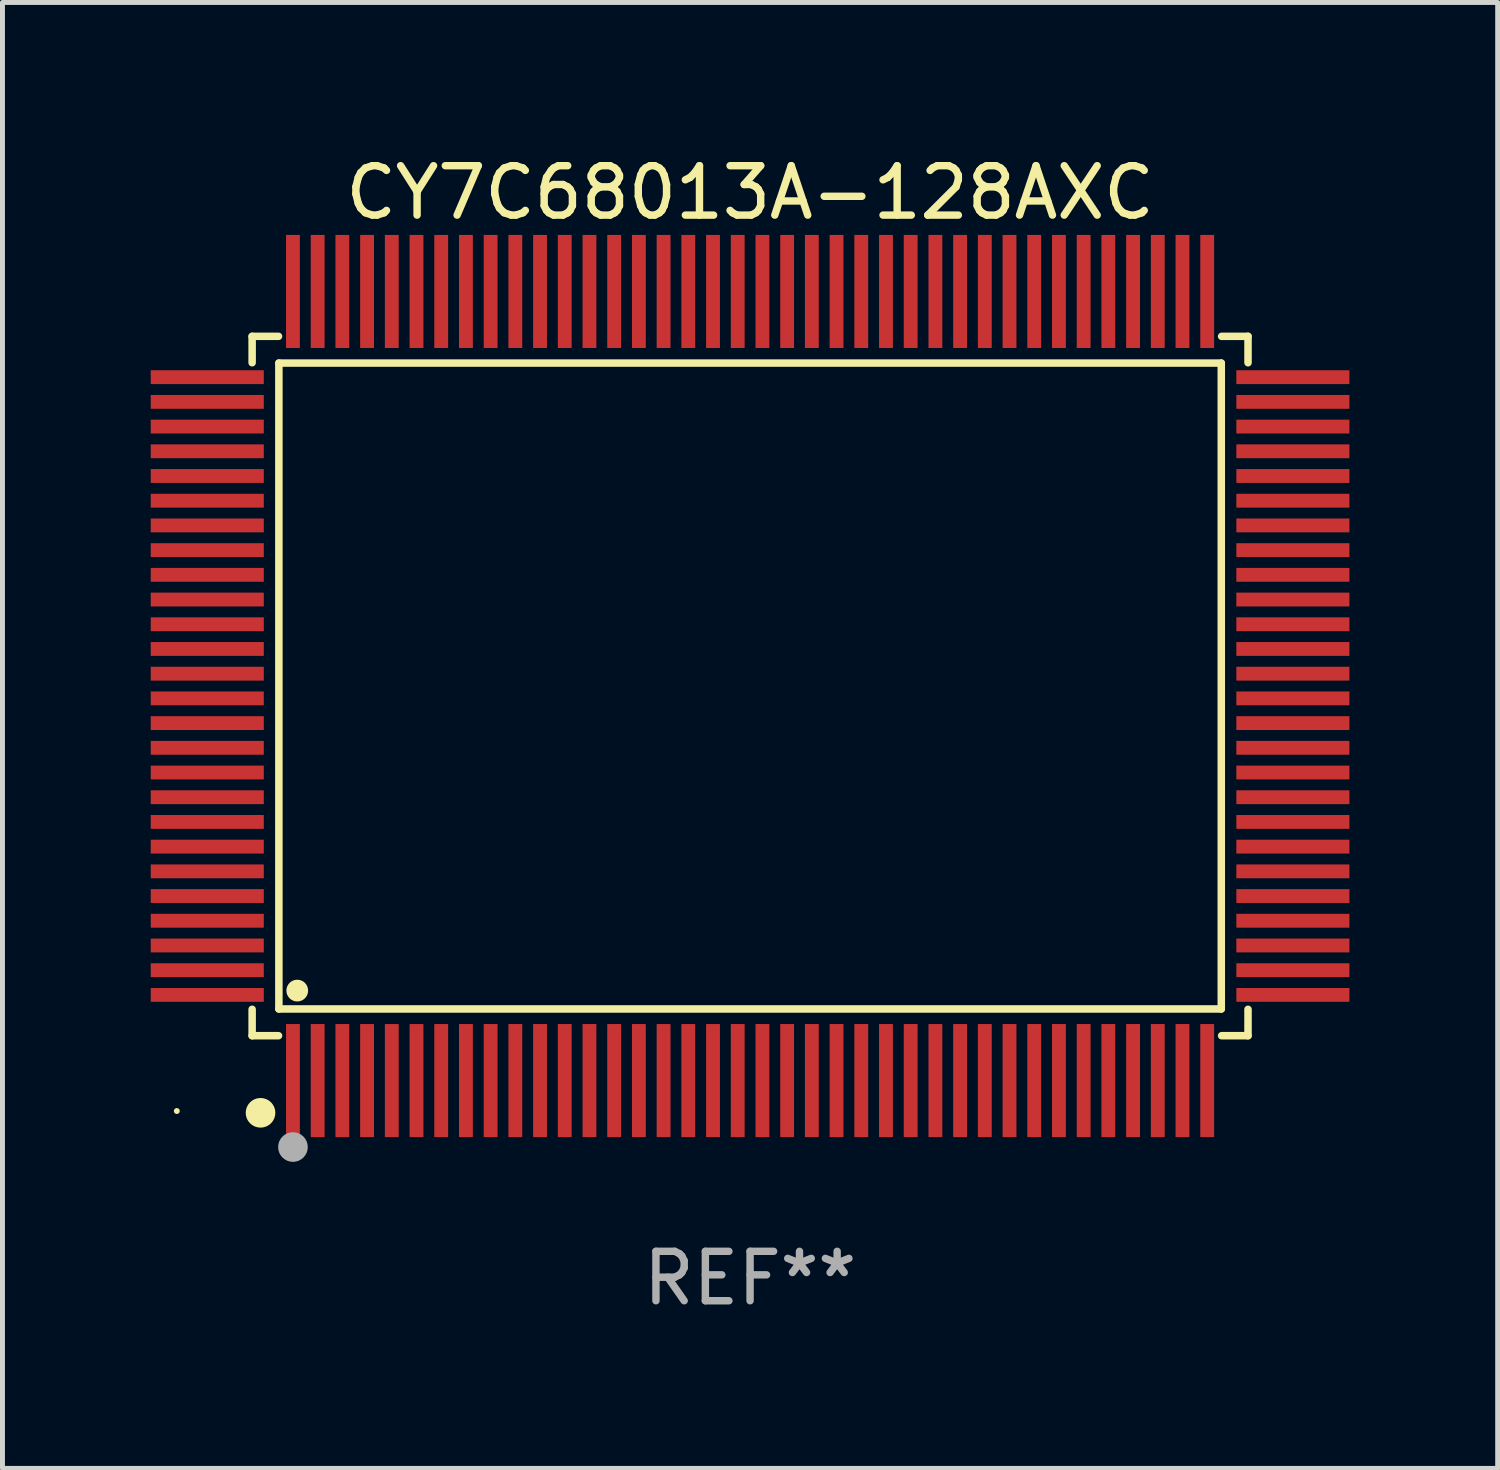
<source format=kicad_pcb>
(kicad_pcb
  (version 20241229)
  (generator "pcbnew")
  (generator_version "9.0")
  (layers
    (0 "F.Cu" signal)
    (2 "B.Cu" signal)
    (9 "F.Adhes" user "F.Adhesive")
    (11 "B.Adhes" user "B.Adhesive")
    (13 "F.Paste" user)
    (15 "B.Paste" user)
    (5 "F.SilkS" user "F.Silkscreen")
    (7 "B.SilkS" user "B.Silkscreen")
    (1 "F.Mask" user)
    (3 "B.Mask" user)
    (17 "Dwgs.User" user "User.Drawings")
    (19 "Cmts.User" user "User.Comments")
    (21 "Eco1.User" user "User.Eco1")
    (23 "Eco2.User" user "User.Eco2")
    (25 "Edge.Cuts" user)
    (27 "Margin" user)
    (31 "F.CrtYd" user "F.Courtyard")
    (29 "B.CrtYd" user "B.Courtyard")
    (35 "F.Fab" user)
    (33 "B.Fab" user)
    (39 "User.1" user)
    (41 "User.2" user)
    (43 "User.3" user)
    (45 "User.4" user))
  (footprint "CY7C68013A-128AXC"
    (layer "F.Cu")
    (at 12.128 10.832)
    (property "Reference" "CY7C68013A-128AXC" (at 0 -9.984 0) (layer "F.SilkS") (effects (font (size 1 1) (thickness 0.15))))
    (attr through_hole)
    (fp_line (start -10.076 -7.076) (end -10.076 -6.542) (stroke (width 0.152) (type solid)) (layer "F.SilkS"))
    (fp_line (start -10.076 7.076) (end -10.076 6.542) (stroke (width 0.152) (type solid)) (layer "F.SilkS"))
    (fp_line (start -9.542 -7.076) (end -10.076 -7.076) (stroke (width 0.152) (type solid)) (layer "F.SilkS"))
    (fp_line (start -9.542 7.076) (end -10.076 7.076) (stroke (width 0.152) (type solid)) (layer "F.SilkS"))
    (fp_line (start -9.535 -6.535) (end 9.535 -6.535) (stroke (width 0.152) (type solid)) (layer "F.SilkS"))
    (fp_line (start -9.535 6.535) (end -9.535 -6.535) (stroke (width 0.152) (type solid)) (layer "F.SilkS"))
    (fp_line (start 9.535 -6.535) (end 9.535 6.535) (stroke (width 0.152) (type solid)) (layer "F.SilkS"))
    (fp_line (start 9.535 6.535) (end -9.535 6.535) (stroke (width 0.152) (type solid)) (layer "F.SilkS"))
    (fp_line (start 9.542 -7.076) (end 10.076 -7.076) (stroke (width 0.152) (type solid)) (layer "F.SilkS"))
    (fp_line (start 9.542 7.076) (end 10.076 7.076) (stroke (width 0.152) (type solid)) (layer "F.SilkS"))
    (fp_line (start 10.076 -7.076) (end 10.076 -6.542) (stroke (width 0.152) (type solid)) (layer "F.SilkS"))
    (fp_line (start 10.076 7.076) (end 10.076 6.542) (stroke (width 0.152) (type solid)) (layer "F.SilkS"))
    (fp_circle (center -11.6 8.6) (end -11.57 8.6) (stroke (width 0.06) (type solid)) (fill no) (layer "F.SilkS"))
    (fp_circle (center -9.906 8.636) (end -9.756 8.636) (stroke (width 0.3) (type solid)) (fill no) (layer "F.SilkS"))
    (fp_circle (center -9.163 6.163) (end -9.053 6.163) (stroke (width 0.22) (type solid)) (fill no) (layer "F.SilkS"))
    (fp_circle (center -9.25 9.329) (end -9.1 9.329) (stroke (width 0.3) (type solid)) (fill no) (layer "F.Fab"))
    (fp_text user "REF**" (at 0 11.984 0) (layer "F.Fab") (effects (font (size 1 1) (thickness 0.15))))
    (pad "1" smd rect (at -9.25 7.984) (size 0.28 2.288) (layers "F.Cu" "F.Mask" "F.Paste"))
    (pad "2" smd rect (at -8.75 7.984) (size 0.28 2.288) (layers "F.Cu" "F.Mask" "F.Paste"))
    (pad "3" smd rect (at -8.25 7.984) (size 0.28 2.288) (layers "F.Cu" "F.Mask" "F.Paste"))
    (pad "4" smd rect (at -7.75 7.984) (size 0.28 2.288) (layers "F.Cu" "F.Mask" "F.Paste"))
    (pad "5" smd rect (at -7.25 7.984) (size 0.28 2.288) (layers "F.Cu" "F.Mask" "F.Paste"))
    (pad "6" smd rect (at -6.75 7.984) (size 0.28 2.288) (layers "F.Cu" "F.Mask" "F.Paste"))
    (pad "7" smd rect (at -6.25 7.984) (size 0.28 2.288) (layers "F.Cu" "F.Mask" "F.Paste"))
    (pad "8" smd rect (at -5.75 7.984) (size 0.28 2.288) (layers "F.Cu" "F.Mask" "F.Paste"))
    (pad "9" smd rect (at -5.25 7.984) (size 0.28 2.288) (layers "F.Cu" "F.Mask" "F.Paste"))
    (pad "10" smd rect (at -4.75 7.984) (size 0.28 2.288) (layers "F.Cu" "F.Mask" "F.Paste"))
    (pad "11" smd rect (at -4.25 7.984) (size 0.28 2.288) (layers "F.Cu" "F.Mask" "F.Paste"))
    (pad "12" smd rect (at -3.75 7.984) (size 0.28 2.288) (layers "F.Cu" "F.Mask" "F.Paste"))
    (pad "13" smd rect (at -3.25 7.984) (size 0.28 2.288) (layers "F.Cu" "F.Mask" "F.Paste"))
    (pad "14" smd rect (at -2.75 7.984) (size 0.28 2.288) (layers "F.Cu" "F.Mask" "F.Paste"))
    (pad "15" smd rect (at -2.25 7.984) (size 0.28 2.288) (layers "F.Cu" "F.Mask" "F.Paste"))
    (pad "16" smd rect (at -1.75 7.984) (size 0.28 2.288) (layers "F.Cu" "F.Mask" "F.Paste"))
    (pad "17" smd rect (at -1.25 7.984) (size 0.28 2.288) (layers "F.Cu" "F.Mask" "F.Paste"))
    (pad "18" smd rect (at -0.75 7.984) (size 0.28 2.288) (layers "F.Cu" "F.Mask" "F.Paste"))
    (pad "19" smd rect (at -0.25 7.984) (size 0.28 2.288) (layers "F.Cu" "F.Mask" "F.Paste"))
    (pad "20" smd rect (at 0.25 7.984) (size 0.28 2.288) (layers "F.Cu" "F.Mask" "F.Paste"))
    (pad "21" smd rect (at 0.75 7.984) (size 0.28 2.288) (layers "F.Cu" "F.Mask" "F.Paste"))
    (pad "22" smd rect (at 1.25 7.984) (size 0.28 2.288) (layers "F.Cu" "F.Mask" "F.Paste"))
    (pad "23" smd rect (at 1.75 7.984) (size 0.28 2.288) (layers "F.Cu" "F.Mask" "F.Paste"))
    (pad "24" smd rect (at 2.25 7.984) (size 0.28 2.288) (layers "F.Cu" "F.Mask" "F.Paste"))
    (pad "25" smd rect (at 2.75 7.984) (size 0.28 2.288) (layers "F.Cu" "F.Mask" "F.Paste"))
    (pad "26" smd rect (at 3.25 7.984) (size 0.28 2.288) (layers "F.Cu" "F.Mask" "F.Paste"))
    (pad "27" smd rect (at 3.75 7.984) (size 0.28 2.288) (layers "F.Cu" "F.Mask" "F.Paste"))
    (pad "28" smd rect (at 4.25 7.984) (size 0.28 2.288) (layers "F.Cu" "F.Mask" "F.Paste"))
    (pad "29" smd rect (at 4.75 7.984) (size 0.28 2.288) (layers "F.Cu" "F.Mask" "F.Paste"))
    (pad "30" smd rect (at 5.25 7.984) (size 0.28 2.288) (layers "F.Cu" "F.Mask" "F.Paste"))
    (pad "31" smd rect (at 5.75 7.984) (size 0.28 2.288) (layers "F.Cu" "F.Mask" "F.Paste"))
    (pad "32" smd rect (at 6.25 7.984) (size 0.28 2.288) (layers "F.Cu" "F.Mask" "F.Paste"))
    (pad "33" smd rect (at 6.75 7.984) (size 0.28 2.288) (layers "F.Cu" "F.Mask" "F.Paste"))
    (pad "34" smd rect (at 7.25 7.984) (size 0.28 2.288) (layers "F.Cu" "F.Mask" "F.Paste"))
    (pad "35" smd rect (at 7.75 7.984) (size 0.28 2.288) (layers "F.Cu" "F.Mask" "F.Paste"))
    (pad "36" smd rect (at 8.25 7.984) (size 0.28 2.288) (layers "F.Cu" "F.Mask" "F.Paste"))
    (pad "37" smd rect (at 8.75 7.984) (size 0.28 2.288) (layers "F.Cu" "F.Mask" "F.Paste"))
    (pad "38" smd rect (at 9.25 7.984) (size 0.28 2.288) (layers "F.Cu" "F.Mask" "F.Paste"))
    (pad "39" smd rect (at 10.984 6.25) (size 2.288 0.28) (layers "F.Cu" "F.Mask" "F.Paste"))
    (pad "40" smd rect (at 10.984 5.75) (size 2.288 0.28) (layers "F.Cu" "F.Mask" "F.Paste"))
    (pad "41" smd rect (at 10.984 5.25) (size 2.288 0.28) (layers "F.Cu" "F.Mask" "F.Paste"))
    (pad "42" smd rect (at 10.984 4.75) (size 2.288 0.28) (layers "F.Cu" "F.Mask" "F.Paste"))
    (pad "43" smd rect (at 10.984 4.25) (size 2.288 0.28) (layers "F.Cu" "F.Mask" "F.Paste"))
    (pad "44" smd rect (at 10.984 3.75) (size 2.288 0.28) (layers "F.Cu" "F.Mask" "F.Paste"))
    (pad "45" smd rect (at 10.984 3.25) (size 2.288 0.28) (layers "F.Cu" "F.Mask" "F.Paste"))
    (pad "46" smd rect (at 10.984 2.75) (size 2.288 0.28) (layers "F.Cu" "F.Mask" "F.Paste"))
    (pad "47" smd rect (at 10.984 2.25) (size 2.288 0.28) (layers "F.Cu" "F.Mask" "F.Paste"))
    (pad "48" smd rect (at 10.984 1.75) (size 2.288 0.28) (layers "F.Cu" "F.Mask" "F.Paste"))
    (pad "49" smd rect (at 10.984 1.25) (size 2.288 0.28) (layers "F.Cu" "F.Mask" "F.Paste"))
    (pad "50" smd rect (at 10.984 0.75) (size 2.288 0.28) (layers "F.Cu" "F.Mask" "F.Paste"))
    (pad "51" smd rect (at 10.984 0.25) (size 2.288 0.28) (layers "F.Cu" "F.Mask" "F.Paste"))
    (pad "52" smd rect (at 10.984 -0.25) (size 2.288 0.28) (layers "F.Cu" "F.Mask" "F.Paste"))
    (pad "53" smd rect (at 10.984 -0.75) (size 2.288 0.28) (layers "F.Cu" "F.Mask" "F.Paste"))
    (pad "54" smd rect (at 10.984 -1.25) (size 2.288 0.28) (layers "F.Cu" "F.Mask" "F.Paste"))
    (pad "55" smd rect (at 10.984 -1.75) (size 2.288 0.28) (layers "F.Cu" "F.Mask" "F.Paste"))
    (pad "56" smd rect (at 10.984 -2.25) (size 2.288 0.28) (layers "F.Cu" "F.Mask" "F.Paste"))
    (pad "57" smd rect (at 10.984 -2.75) (size 2.288 0.28) (layers "F.Cu" "F.Mask" "F.Paste"))
    (pad "58" smd rect (at 10.984 -3.25) (size 2.288 0.28) (layers "F.Cu" "F.Mask" "F.Paste"))
    (pad "59" smd rect (at 10.984 -3.75) (size 2.288 0.28) (layers "F.Cu" "F.Mask" "F.Paste"))
    (pad "60" smd rect (at 10.984 -4.25) (size 2.288 0.28) (layers "F.Cu" "F.Mask" "F.Paste"))
    (pad "61" smd rect (at 10.984 -4.75) (size 2.288 0.28) (layers "F.Cu" "F.Mask" "F.Paste"))
    (pad "62" smd rect (at 10.984 -5.25) (size 2.288 0.28) (layers "F.Cu" "F.Mask" "F.Paste"))
    (pad "63" smd rect (at 10.984 -5.75) (size 2.288 0.28) (layers "F.Cu" "F.Mask" "F.Paste"))
    (pad "64" smd rect (at 10.984 -6.25) (size 2.288 0.28) (layers "F.Cu" "F.Mask" "F.Paste"))
    (pad "65" smd rect (at 9.25 -7.984) (size 0.28 2.288) (layers "F.Cu" "F.Mask" "F.Paste"))
    (pad "66" smd rect (at 8.75 -7.984) (size 0.28 2.288) (layers "F.Cu" "F.Mask" "F.Paste"))
    (pad "67" smd rect (at 8.25 -7.984) (size 0.28 2.288) (layers "F.Cu" "F.Mask" "F.Paste"))
    (pad "68" smd rect (at 7.75 -7.984) (size 0.28 2.288) (layers "F.Cu" "F.Mask" "F.Paste"))
    (pad "69" smd rect (at 7.25 -7.984) (size 0.28 2.288) (layers "F.Cu" "F.Mask" "F.Paste"))
    (pad "70" smd rect (at 6.75 -7.984) (size 0.28 2.288) (layers "F.Cu" "F.Mask" "F.Paste"))
    (pad "71" smd rect (at 6.25 -7.984) (size 0.28 2.288) (layers "F.Cu" "F.Mask" "F.Paste"))
    (pad "72" smd rect (at 5.75 -7.984) (size 0.28 2.288) (layers "F.Cu" "F.Mask" "F.Paste"))
    (pad "73" smd rect (at 5.25 -7.984) (size 0.28 2.288) (layers "F.Cu" "F.Mask" "F.Paste"))
    (pad "74" smd rect (at 4.75 -7.984) (size 0.28 2.288) (layers "F.Cu" "F.Mask" "F.Paste"))
    (pad "75" smd rect (at 4.25 -7.984) (size 0.28 2.288) (layers "F.Cu" "F.Mask" "F.Paste"))
    (pad "76" smd rect (at 3.75 -7.984) (size 0.28 2.288) (layers "F.Cu" "F.Mask" "F.Paste"))
    (pad "77" smd rect (at 3.25 -7.984) (size 0.28 2.288) (layers "F.Cu" "F.Mask" "F.Paste"))
    (pad "78" smd rect (at 2.75 -7.984) (size 0.28 2.288) (layers "F.Cu" "F.Mask" "F.Paste"))
    (pad "79" smd rect (at 2.25 -7.984) (size 0.28 2.288) (layers "F.Cu" "F.Mask" "F.Paste"))
    (pad "80" smd rect (at 1.75 -7.984) (size 0.28 2.288) (layers "F.Cu" "F.Mask" "F.Paste"))
    (pad "81" smd rect (at 1.25 -7.984) (size 0.28 2.288) (layers "F.Cu" "F.Mask" "F.Paste"))
    (pad "82" smd rect (at 0.75 -7.984) (size 0.28 2.288) (layers "F.Cu" "F.Mask" "F.Paste"))
    (pad "83" smd rect (at 0.25 -7.984) (size 0.28 2.288) (layers "F.Cu" "F.Mask" "F.Paste"))
    (pad "84" smd rect (at -0.25 -7.984) (size 0.28 2.288) (layers "F.Cu" "F.Mask" "F.Paste"))
    (pad "85" smd rect (at -0.75 -7.984) (size 0.28 2.288) (layers "F.Cu" "F.Mask" "F.Paste"))
    (pad "86" smd rect (at -1.25 -7.984) (size 0.28 2.288) (layers "F.Cu" "F.Mask" "F.Paste"))
    (pad "87" smd rect (at -1.75 -7.984) (size 0.28 2.288) (layers "F.Cu" "F.Mask" "F.Paste"))
    (pad "88" smd rect (at -2.25 -7.984) (size 0.28 2.288) (layers "F.Cu" "F.Mask" "F.Paste"))
    (pad "89" smd rect (at -2.75 -7.984) (size 0.28 2.288) (layers "F.Cu" "F.Mask" "F.Paste"))
    (pad "90" smd rect (at -3.25 -7.984) (size 0.28 2.288) (layers "F.Cu" "F.Mask" "F.Paste"))
    (pad "91" smd rect (at -3.75 -7.984) (size 0.28 2.288) (layers "F.Cu" "F.Mask" "F.Paste"))
    (pad "92" smd rect (at -4.25 -7.984) (size 0.28 2.288) (layers "F.Cu" "F.Mask" "F.Paste"))
    (pad "93" smd rect (at -4.75 -7.984) (size 0.28 2.288) (layers "F.Cu" "F.Mask" "F.Paste"))
    (pad "94" smd rect (at -5.25 -7.984) (size 0.28 2.288) (layers "F.Cu" "F.Mask" "F.Paste"))
    (pad "95" smd rect (at -5.75 -7.984) (size 0.28 2.288) (layers "F.Cu" "F.Mask" "F.Paste"))
    (pad "96" smd rect (at -6.25 -7.984) (size 0.28 2.288) (layers "F.Cu" "F.Mask" "F.Paste"))
    (pad "97" smd rect (at -6.75 -7.984) (size 0.28 2.288) (layers "F.Cu" "F.Mask" "F.Paste"))
    (pad "98" smd rect (at -7.25 -7.984) (size 0.28 2.288) (layers "F.Cu" "F.Mask" "F.Paste"))
    (pad "99" smd rect (at -7.75 -7.984) (size 0.28 2.288) (layers "F.Cu" "F.Mask" "F.Paste"))
    (pad "100" smd rect (at -8.25 -7.984) (size 0.28 2.288) (layers "F.Cu" "F.Mask" "F.Paste"))
    (pad "101" smd rect (at -8.75 -7.984) (size 0.28 2.288) (layers "F.Cu" "F.Mask" "F.Paste"))
    (pad "102" smd rect (at -9.25 -7.984) (size 0.28 2.288) (layers "F.Cu" "F.Mask" "F.Paste"))
    (pad "103" smd rect (at -10.984 -6.25) (size 2.288 0.28) (layers "F.Cu" "F.Mask" "F.Paste"))
    (pad "104" smd rect (at -10.984 -5.75) (size 2.288 0.28) (layers "F.Cu" "F.Mask" "F.Paste"))
    (pad "105" smd rect (at -10.984 -5.25) (size 2.288 0.28) (layers "F.Cu" "F.Mask" "F.Paste"))
    (pad "106" smd rect (at -10.984 -4.75) (size 2.288 0.28) (layers "F.Cu" "F.Mask" "F.Paste"))
    (pad "107" smd rect (at -10.984 -4.25) (size 2.288 0.28) (layers "F.Cu" "F.Mask" "F.Paste"))
    (pad "108" smd rect (at -10.984 -3.75) (size 2.288 0.28) (layers "F.Cu" "F.Mask" "F.Paste"))
    (pad "109" smd rect (at -10.984 -3.25) (size 2.288 0.28) (layers "F.Cu" "F.Mask" "F.Paste"))
    (pad "110" smd rect (at -10.984 -2.75) (size 2.288 0.28) (layers "F.Cu" "F.Mask" "F.Paste"))
    (pad "111" smd rect (at -10.984 -2.25) (size 2.288 0.28) (layers "F.Cu" "F.Mask" "F.Paste"))
    (pad "112" smd rect (at -10.984 -1.75) (size 2.288 0.28) (layers "F.Cu" "F.Mask" "F.Paste"))
    (pad "113" smd rect (at -10.984 -1.25) (size 2.288 0.28) (layers "F.Cu" "F.Mask" "F.Paste"))
    (pad "114" smd rect (at -10.984 -0.75) (size 2.288 0.28) (layers "F.Cu" "F.Mask" "F.Paste"))
    (pad "115" smd rect (at -10.984 -0.25) (size 2.288 0.28) (layers "F.Cu" "F.Mask" "F.Paste"))
    (pad "116" smd rect (at -10.984 0.25) (size 2.288 0.28) (layers "F.Cu" "F.Mask" "F.Paste"))
    (pad "117" smd rect (at -10.984 0.75) (size 2.288 0.28) (layers "F.Cu" "F.Mask" "F.Paste"))
    (pad "118" smd rect (at -10.984 1.25) (size 2.288 0.28) (layers "F.Cu" "F.Mask" "F.Paste"))
    (pad "119" smd rect (at -10.984 1.75) (size 2.288 0.28) (layers "F.Cu" "F.Mask" "F.Paste"))
    (pad "120" smd rect (at -10.984 2.25) (size 2.288 0.28) (layers "F.Cu" "F.Mask" "F.Paste"))
    (pad "121" smd rect (at -10.984 2.75) (size 2.288 0.28) (layers "F.Cu" "F.Mask" "F.Paste"))
    (pad "122" smd rect (at -10.984 3.25) (size 2.288 0.28) (layers "F.Cu" "F.Mask" "F.Paste"))
    (pad "123" smd rect (at -10.984 3.75) (size 2.288 0.28) (layers "F.Cu" "F.Mask" "F.Paste"))
    (pad "124" smd rect (at -10.984 4.25) (size 2.288 0.28) (layers "F.Cu" "F.Mask" "F.Paste"))
    (pad "125" smd rect (at -10.984 4.75) (size 2.288 0.28) (layers "F.Cu" "F.Mask" "F.Paste"))
    (pad "126" smd rect (at -10.984 5.25) (size 2.288 0.28) (layers "F.Cu" "F.Mask" "F.Paste"))
    (pad "127" smd rect (at -10.984 5.75) (size 2.288 0.28) (layers "F.Cu" "F.Mask" "F.Paste"))
    (pad "128" smd rect (at -10.984 6.25) (size 2.288 0.28) (layers "F.Cu" "F.Mask" "F.Paste")))
  (gr_rect
    (start -3 -3)
    (end 27.256 26.664)
    (stroke (width 0.1) (type default))
    (fill no)
    (layer "Edge.Cuts")))
</source>
